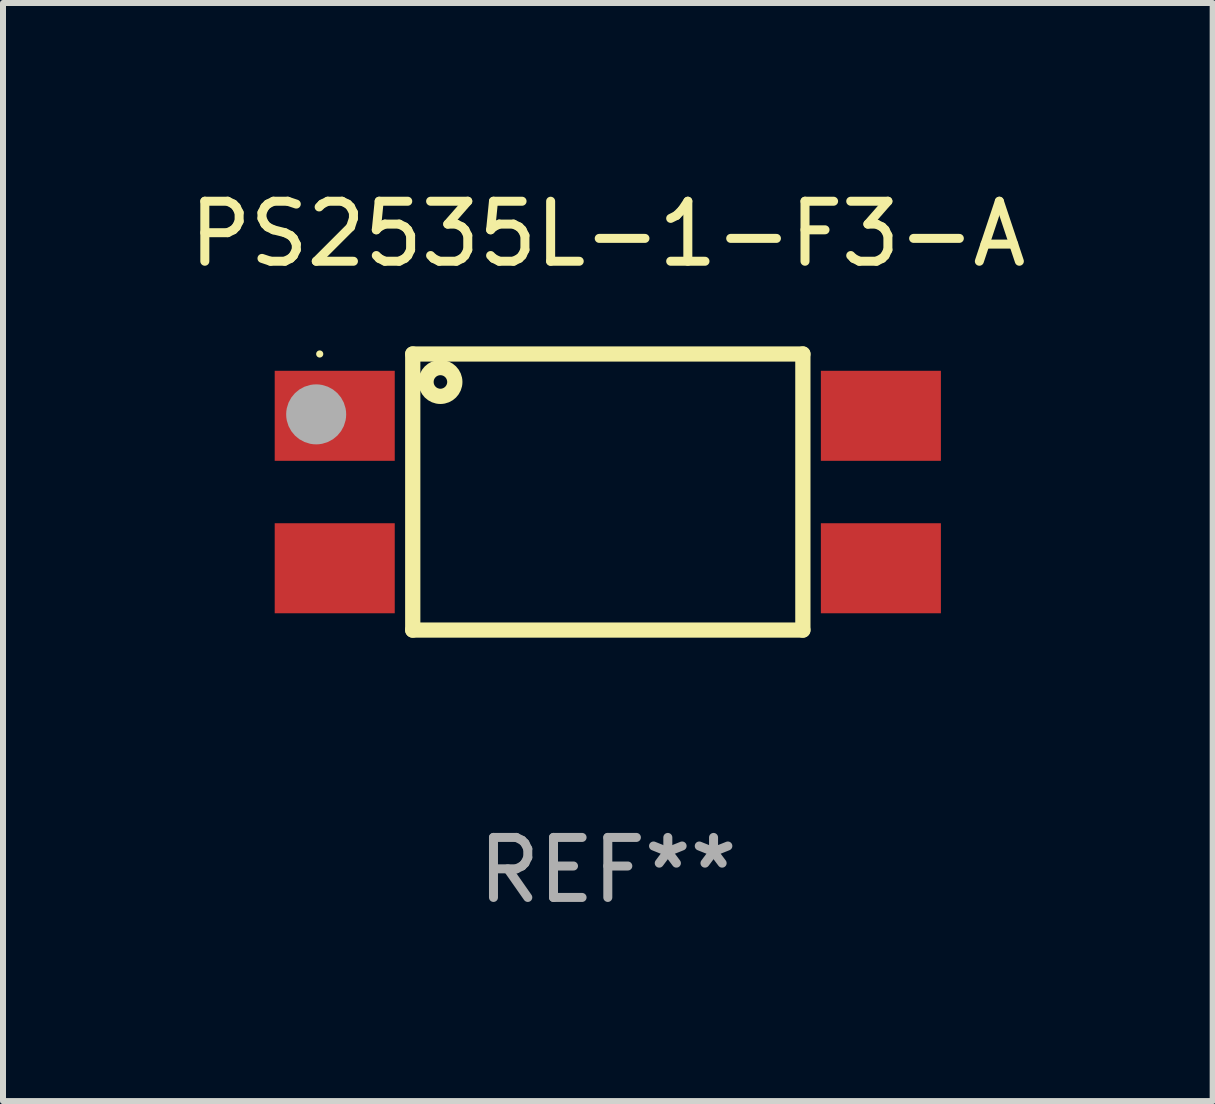
<source format=kicad_pcb>
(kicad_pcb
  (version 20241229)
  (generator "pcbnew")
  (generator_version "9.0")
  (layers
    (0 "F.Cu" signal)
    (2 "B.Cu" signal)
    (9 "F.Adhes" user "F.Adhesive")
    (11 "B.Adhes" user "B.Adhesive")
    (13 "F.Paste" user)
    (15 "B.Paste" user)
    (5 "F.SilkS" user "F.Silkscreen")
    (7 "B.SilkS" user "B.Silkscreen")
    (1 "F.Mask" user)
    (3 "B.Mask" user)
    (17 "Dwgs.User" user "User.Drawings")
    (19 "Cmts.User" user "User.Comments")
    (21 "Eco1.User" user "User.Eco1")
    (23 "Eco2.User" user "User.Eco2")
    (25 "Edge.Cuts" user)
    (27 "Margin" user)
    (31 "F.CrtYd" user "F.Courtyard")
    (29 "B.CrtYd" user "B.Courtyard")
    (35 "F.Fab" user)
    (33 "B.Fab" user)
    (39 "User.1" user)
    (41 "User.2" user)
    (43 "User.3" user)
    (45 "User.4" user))
  (footprint "PS2535L-1-F3-A"
    (layer "F.Cu")
    (at 7.077 5.148)
    (property "Reference" "PS2535L-1-F3-A" (at 0 -4.3 0) (layer "F.SilkS") (effects (font (size 1 1) (thickness 0.15))))
    (attr through_hole)
    (fp_line (start -3.25 -2.3) (end -3.25 2.3) (stroke (width 0.254) (type solid)) (layer "F.SilkS"))
    (fp_line (start -3.25 -2.3) (end 3.25 -2.3) (stroke (width 0.254) (type solid)) (layer "F.SilkS"))
    (fp_line (start -3.25 2.3) (end 3.25 2.3) (stroke (width 0.254) (type solid)) (layer "F.SilkS"))
    (fp_line (start 3.25 -2.3) (end 3.25 2.3) (stroke (width 0.254) (type solid)) (layer "F.SilkS"))
    (fp_circle (center -4.8 -2.3) (end -4.77 -2.3) (stroke (width 0.06) (type solid)) (fill no) (layer "F.SilkS"))
    (fp_circle (center -2.789 -1.834) (end -2.676 -1.834) (stroke (width 0.254) (type solid)) (fill no) (layer "F.SilkS"))
    (fp_circle (center -4.859 -1.294) (end -4.609 -1.294) (stroke (width 0.5) (type solid)) (fill no) (layer "F.Fab"))
    (fp_text user "REF**" (at 0 6.3 0) (layer "F.Fab") (effects (font (size 1 1) (thickness 0.15))))
    (pad "1" smd rect (at -4.55 -1.27) (size 2 1.5) (layers "F.Cu" "F.Mask" "F.Paste"))
    (pad "2" smd rect (at -4.55 1.27) (size 2 1.5) (layers "F.Cu" "F.Mask" "F.Paste"))
    (pad "3" smd rect (at 4.55 1.27) (size 2 1.5) (layers "F.Cu" "F.Mask" "F.Paste"))
    (pad "4" smd rect (at 4.55 -1.27) (size 2 1.5) (layers "F.Cu" "F.Mask" "F.Paste")))
  (gr_rect
    (start -3 -3)
    (end 17.155 15.296)
    (stroke (width 0.1) (type default))
    (fill no)
    (layer "Edge.Cuts")))
</source>
